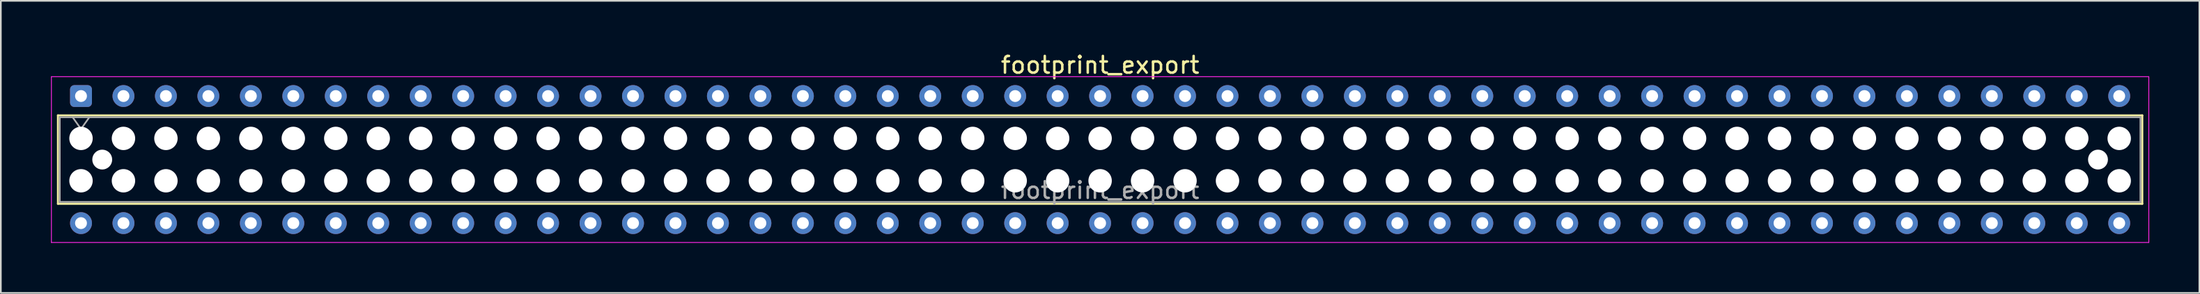
<source format=kicad_pcb>
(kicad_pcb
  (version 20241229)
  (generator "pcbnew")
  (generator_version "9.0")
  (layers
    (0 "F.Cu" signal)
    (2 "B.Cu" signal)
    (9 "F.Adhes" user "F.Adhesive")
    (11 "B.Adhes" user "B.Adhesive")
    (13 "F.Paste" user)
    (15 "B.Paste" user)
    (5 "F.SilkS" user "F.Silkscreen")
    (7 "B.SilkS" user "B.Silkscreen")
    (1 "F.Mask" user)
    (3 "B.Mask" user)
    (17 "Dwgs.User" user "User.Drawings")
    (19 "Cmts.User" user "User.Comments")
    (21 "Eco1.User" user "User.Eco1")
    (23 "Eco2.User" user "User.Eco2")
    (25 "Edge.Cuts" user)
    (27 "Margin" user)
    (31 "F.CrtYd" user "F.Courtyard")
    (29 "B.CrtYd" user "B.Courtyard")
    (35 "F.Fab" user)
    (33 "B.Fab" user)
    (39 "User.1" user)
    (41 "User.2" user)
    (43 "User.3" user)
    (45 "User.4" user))
  (footprint "footprint_export"
    (layer "F.Cu")
    (at 1.795 2.708)
    (property "Reference" "footprint_export" (at 60.96 -1.86 0) (layer "F.SilkS") (effects (font (size 1 1) (thickness 0.15))))
    (attr through_hole)
    (fp_line (start -1.38 1.16) (end 123.3 1.16) (stroke (width 0.12) (type solid)) (layer "F.SilkS"))
    (fp_line (start -1.38 6.46) (end -1.38 1.16) (stroke (width 0.12) (type solid)) (layer "F.SilkS"))
    (fp_line (start 123.3 1.16) (end 123.3 6.46) (stroke (width 0.12) (type solid)) (layer "F.SilkS"))
    (fp_line (start 123.3 6.46) (end -1.38 6.46) (stroke (width 0.12) (type solid)) (layer "F.SilkS"))
    (fp_line (start -1.77 -1.16) (end 123.69 -1.16) (stroke (width 0.05) (type solid)) (layer "F.CrtYd"))
    (fp_line (start -1.77 8.78) (end -1.77 -1.16) (stroke (width 0.05) (type solid)) (layer "F.CrtYd"))
    (fp_line (start 123.69 -1.16) (end 123.69 8.78) (stroke (width 0.05) (type solid)) (layer "F.CrtYd"))
    (fp_line (start 123.69 8.78) (end -1.77 8.78) (stroke (width 0.05) (type solid)) (layer "F.CrtYd"))
    (fp_line (start -1.27 1.27) (end 123.19 1.27) (stroke (width 0.1) (type solid)) (layer "F.Fab"))
    (fp_line (start -1.27 6.35) (end -1.27 1.27) (stroke (width 0.1) (type solid)) (layer "F.Fab"))
    (fp_line (start -0.5 1.27) (end 0 1.977) (stroke (width 0.1) (type solid)) (layer "F.Fab"))
    (fp_line (start 0 1.977) (end 0.5 1.27) (stroke (width 0.1) (type solid)) (layer "F.Fab"))
    (fp_line (start 123.19 1.27) (end 123.19 6.35) (stroke (width 0.1) (type solid)) (layer "F.Fab"))
    (fp_line (start 123.19 6.35) (end -1.27 6.35) (stroke (width 0.1) (type solid)) (layer "F.Fab"))
    (fp_text user "${REFERENCE}" (at 60.96 5.65 0) (layer "F.Fab") (effects (font (size 1 1) (thickness 0.15))))
    (pad "" np_thru_hole circle (at 0 2.54) (size 1.4 1.4) (drill 1.4) (layers "*.Cu" "*.Mask"))
    (pad "" np_thru_hole circle (at 0 5.08) (size 1.4 1.4) (drill 1.4) (layers "*.Cu" "*.Mask"))
    (pad "" np_thru_hole circle (at 1.27 3.81) (size 1.19 1.19) (drill 1.19) (layers "*.Cu" "*.Mask"))
    (pad "" np_thru_hole circle (at 2.54 2.54) (size 1.4 1.4) (drill 1.4) (layers "*.Cu" "*.Mask"))
    (pad "" np_thru_hole circle (at 2.54 5.08) (size 1.4 1.4) (drill 1.4) (layers "*.Cu" "*.Mask"))
    (pad "" np_thru_hole circle (at 5.08 2.54) (size 1.4 1.4) (drill 1.4) (layers "*.Cu" "*.Mask"))
    (pad "" np_thru_hole circle (at 5.08 5.08) (size 1.4 1.4) (drill 1.4) (layers "*.Cu" "*.Mask"))
    (pad "" np_thru_hole circle (at 7.62 2.54) (size 1.4 1.4) (drill 1.4) (layers "*.Cu" "*.Mask"))
    (pad "" np_thru_hole circle (at 7.62 5.08) (size 1.4 1.4) (drill 1.4) (layers "*.Cu" "*.Mask"))
    (pad "" np_thru_hole circle (at 10.16 2.54) (size 1.4 1.4) (drill 1.4) (layers "*.Cu" "*.Mask"))
    (pad "" np_thru_hole circle (at 10.16 5.08) (size 1.4 1.4) (drill 1.4) (layers "*.Cu" "*.Mask"))
    (pad "" np_thru_hole circle (at 12.7 2.54) (size 1.4 1.4) (drill 1.4) (layers "*.Cu" "*.Mask"))
    (pad "" np_thru_hole circle (at 12.7 5.08) (size 1.4 1.4) (drill 1.4) (layers "*.Cu" "*.Mask"))
    (pad "" np_thru_hole circle (at 15.24 2.54) (size 1.4 1.4) (drill 1.4) (layers "*.Cu" "*.Mask"))
    (pad "" np_thru_hole circle (at 15.24 5.08) (size 1.4 1.4) (drill 1.4) (layers "*.Cu" "*.Mask"))
    (pad "" np_thru_hole circle (at 17.78 2.54) (size 1.4 1.4) (drill 1.4) (layers "*.Cu" "*.Mask"))
    (pad "" np_thru_hole circle (at 17.78 5.08) (size 1.4 1.4) (drill 1.4) (layers "*.Cu" "*.Mask"))
    (pad "" np_thru_hole circle (at 20.32 2.54) (size 1.4 1.4) (drill 1.4) (layers "*.Cu" "*.Mask"))
    (pad "" np_thru_hole circle (at 20.32 5.08) (size 1.4 1.4) (drill 1.4) (layers "*.Cu" "*.Mask"))
    (pad "" np_thru_hole circle (at 22.86 2.54) (size 1.4 1.4) (drill 1.4) (layers "*.Cu" "*.Mask"))
    (pad "" np_thru_hole circle (at 22.86 5.08) (size 1.4 1.4) (drill 1.4) (layers "*.Cu" "*.Mask"))
    (pad "" np_thru_hole circle (at 25.4 2.54) (size 1.4 1.4) (drill 1.4) (layers "*.Cu" "*.Mask"))
    (pad "" np_thru_hole circle (at 25.4 5.08) (size 1.4 1.4) (drill 1.4) (layers "*.Cu" "*.Mask"))
    (pad "" np_thru_hole circle (at 27.94 2.54) (size 1.4 1.4) (drill 1.4) (layers "*.Cu" "*.Mask"))
    (pad "" np_thru_hole circle (at 27.94 5.08) (size 1.4 1.4) (drill 1.4) (layers "*.Cu" "*.Mask"))
    (pad "" np_thru_hole circle (at 30.48 2.54) (size 1.4 1.4) (drill 1.4) (layers "*.Cu" "*.Mask"))
    (pad "" np_thru_hole circle (at 30.48 5.08) (size 1.4 1.4) (drill 1.4) (layers "*.Cu" "*.Mask"))
    (pad "" np_thru_hole circle (at 33.02 2.54) (size 1.4 1.4) (drill 1.4) (layers "*.Cu" "*.Mask"))
    (pad "" np_thru_hole circle (at 33.02 5.08) (size 1.4 1.4) (drill 1.4) (layers "*.Cu" "*.Mask"))
    (pad "" np_thru_hole circle (at 35.56 2.54) (size 1.4 1.4) (drill 1.4) (layers "*.Cu" "*.Mask"))
    (pad "" np_thru_hole circle (at 35.56 5.08) (size 1.4 1.4) (drill 1.4) (layers "*.Cu" "*.Mask"))
    (pad "" np_thru_hole circle (at 38.1 2.54) (size 1.4 1.4) (drill 1.4) (layers "*.Cu" "*.Mask"))
    (pad "" np_thru_hole circle (at 38.1 5.08) (size 1.4 1.4) (drill 1.4) (layers "*.Cu" "*.Mask"))
    (pad "" np_thru_hole circle (at 40.64 2.54) (size 1.4 1.4) (drill 1.4) (layers "*.Cu" "*.Mask"))
    (pad "" np_thru_hole circle (at 40.64 5.08) (size 1.4 1.4) (drill 1.4) (layers "*.Cu" "*.Mask"))
    (pad "" np_thru_hole circle (at 43.18 2.54) (size 1.4 1.4) (drill 1.4) (layers "*.Cu" "*.Mask"))
    (pad "" np_thru_hole circle (at 43.18 5.08) (size 1.4 1.4) (drill 1.4) (layers "*.Cu" "*.Mask"))
    (pad "" np_thru_hole circle (at 45.72 2.54) (size 1.4 1.4) (drill 1.4) (layers "*.Cu" "*.Mask"))
    (pad "" np_thru_hole circle (at 45.72 5.08) (size 1.4 1.4) (drill 1.4) (layers "*.Cu" "*.Mask"))
    (pad "" np_thru_hole circle (at 48.26 2.54) (size 1.4 1.4) (drill 1.4) (layers "*.Cu" "*.Mask"))
    (pad "" np_thru_hole circle (at 48.26 5.08) (size 1.4 1.4) (drill 1.4) (layers "*.Cu" "*.Mask"))
    (pad "" np_thru_hole circle (at 50.8 2.54) (size 1.4 1.4) (drill 1.4) (layers "*.Cu" "*.Mask"))
    (pad "" np_thru_hole circle (at 50.8 5.08) (size 1.4 1.4) (drill 1.4) (layers "*.Cu" "*.Mask"))
    (pad "" np_thru_hole circle (at 53.34 2.54) (size 1.4 1.4) (drill 1.4) (layers "*.Cu" "*.Mask"))
    (pad "" np_thru_hole circle (at 53.34 5.08) (size 1.4 1.4) (drill 1.4) (layers "*.Cu" "*.Mask"))
    (pad "" np_thru_hole circle (at 55.88 2.54) (size 1.4 1.4) (drill 1.4) (layers "*.Cu" "*.Mask"))
    (pad "" np_thru_hole circle (at 55.88 5.08) (size 1.4 1.4) (drill 1.4) (layers "*.Cu" "*.Mask"))
    (pad "" np_thru_hole circle (at 58.42 2.54) (size 1.4 1.4) (drill 1.4) (layers "*.Cu" "*.Mask"))
    (pad "" np_thru_hole circle (at 58.42 5.08) (size 1.4 1.4) (drill 1.4) (layers "*.Cu" "*.Mask"))
    (pad "" np_thru_hole circle (at 60.96 2.54) (size 1.4 1.4) (drill 1.4) (layers "*.Cu" "*.Mask"))
    (pad "" np_thru_hole circle (at 60.96 5.08) (size 1.4 1.4) (drill 1.4) (layers "*.Cu" "*.Mask"))
    (pad "" np_thru_hole circle (at 63.5 2.54) (size 1.4 1.4) (drill 1.4) (layers "*.Cu" "*.Mask"))
    (pad "" np_thru_hole circle (at 63.5 5.08) (size 1.4 1.4) (drill 1.4) (layers "*.Cu" "*.Mask"))
    (pad "" np_thru_hole circle (at 66.04 2.54) (size 1.4 1.4) (drill 1.4) (layers "*.Cu" "*.Mask"))
    (pad "" np_thru_hole circle (at 66.04 5.08) (size 1.4 1.4) (drill 1.4) (layers "*.Cu" "*.Mask"))
    (pad "" np_thru_hole circle (at 68.58 2.54) (size 1.4 1.4) (drill 1.4) (layers "*.Cu" "*.Mask"))
    (pad "" np_thru_hole circle (at 68.58 5.08) (size 1.4 1.4) (drill 1.4) (layers "*.Cu" "*.Mask"))
    (pad "" np_thru_hole circle (at 71.12 2.54) (size 1.4 1.4) (drill 1.4) (layers "*.Cu" "*.Mask"))
    (pad "" np_thru_hole circle (at 71.12 5.08) (size 1.4 1.4) (drill 1.4) (layers "*.Cu" "*.Mask"))
    (pad "" np_thru_hole circle (at 73.66 2.54) (size 1.4 1.4) (drill 1.4) (layers "*.Cu" "*.Mask"))
    (pad "" np_thru_hole circle (at 73.66 5.08) (size 1.4 1.4) (drill 1.4) (layers "*.Cu" "*.Mask"))
    (pad "" np_thru_hole circle (at 76.2 2.54) (size 1.4 1.4) (drill 1.4) (layers "*.Cu" "*.Mask"))
    (pad "" np_thru_hole circle (at 76.2 5.08) (size 1.4 1.4) (drill 1.4) (layers "*.Cu" "*.Mask"))
    (pad "" np_thru_hole circle (at 78.74 2.54) (size 1.4 1.4) (drill 1.4) (layers "*.Cu" "*.Mask"))
    (pad "" np_thru_hole circle (at 78.74 5.08) (size 1.4 1.4) (drill 1.4) (layers "*.Cu" "*.Mask"))
    (pad "" np_thru_hole circle (at 81.28 2.54) (size 1.4 1.4) (drill 1.4) (layers "*.Cu" "*.Mask"))
    (pad "" np_thru_hole circle (at 81.28 5.08) (size 1.4 1.4) (drill 1.4) (layers "*.Cu" "*.Mask"))
    (pad "" np_thru_hole circle (at 83.82 2.54) (size 1.4 1.4) (drill 1.4) (layers "*.Cu" "*.Mask"))
    (pad "" np_thru_hole circle (at 83.82 5.08) (size 1.4 1.4) (drill 1.4) (layers "*.Cu" "*.Mask"))
    (pad "" np_thru_hole circle (at 86.36 2.54) (size 1.4 1.4) (drill 1.4) (layers "*.Cu" "*.Mask"))
    (pad "" np_thru_hole circle (at 86.36 5.08) (size 1.4 1.4) (drill 1.4) (layers "*.Cu" "*.Mask"))
    (pad "" np_thru_hole circle (at 88.9 2.54) (size 1.4 1.4) (drill 1.4) (layers "*.Cu" "*.Mask"))
    (pad "" np_thru_hole circle (at 88.9 5.08) (size 1.4 1.4) (drill 1.4) (layers "*.Cu" "*.Mask"))
    (pad "" np_thru_hole circle (at 91.44 2.54) (size 1.4 1.4) (drill 1.4) (layers "*.Cu" "*.Mask"))
    (pad "" np_thru_hole circle (at 91.44 5.08) (size 1.4 1.4) (drill 1.4) (layers "*.Cu" "*.Mask"))
    (pad "" np_thru_hole circle (at 93.98 2.54) (size 1.4 1.4) (drill 1.4) (layers "*.Cu" "*.Mask"))
    (pad "" np_thru_hole circle (at 93.98 5.08) (size 1.4 1.4) (drill 1.4) (layers "*.Cu" "*.Mask"))
    (pad "" np_thru_hole circle (at 96.52 2.54) (size 1.4 1.4) (drill 1.4) (layers "*.Cu" "*.Mask"))
    (pad "" np_thru_hole circle (at 96.52 5.08) (size 1.4 1.4) (drill 1.4) (layers "*.Cu" "*.Mask"))
    (pad "" np_thru_hole circle (at 99.06 2.54) (size 1.4 1.4) (drill 1.4) (layers "*.Cu" "*.Mask"))
    (pad "" np_thru_hole circle (at 99.06 5.08) (size 1.4 1.4) (drill 1.4) (layers "*.Cu" "*.Mask"))
    (pad "" np_thru_hole circle (at 101.6 2.54) (size 1.4 1.4) (drill 1.4) (layers "*.Cu" "*.Mask"))
    (pad "" np_thru_hole circle (at 101.6 5.08) (size 1.4 1.4) (drill 1.4) (layers "*.Cu" "*.Mask"))
    (pad "" np_thru_hole circle (at 104.14 2.54) (size 1.4 1.4) (drill 1.4) (layers "*.Cu" "*.Mask"))
    (pad "" np_thru_hole circle (at 104.14 5.08) (size 1.4 1.4) (drill 1.4) (layers "*.Cu" "*.Mask"))
    (pad "" np_thru_hole circle (at 106.68 2.54) (size 1.4 1.4) (drill 1.4) (layers "*.Cu" "*.Mask"))
    (pad "" np_thru_hole circle (at 106.68 5.08) (size 1.4 1.4) (drill 1.4) (layers "*.Cu" "*.Mask"))
    (pad "" np_thru_hole circle (at 109.22 2.54) (size 1.4 1.4) (drill 1.4) (layers "*.Cu" "*.Mask"))
    (pad "" np_thru_hole circle (at 109.22 5.08) (size 1.4 1.4) (drill 1.4) (layers "*.Cu" "*.Mask"))
    (pad "" np_thru_hole circle (at 111.76 2.54) (size 1.4 1.4) (drill 1.4) (layers "*.Cu" "*.Mask"))
    (pad "" np_thru_hole circle (at 111.76 5.08) (size 1.4 1.4) (drill 1.4) (layers "*.Cu" "*.Mask"))
    (pad "" np_thru_hole circle (at 114.3 2.54) (size 1.4 1.4) (drill 1.4) (layers "*.Cu" "*.Mask"))
    (pad "" np_thru_hole circle (at 114.3 5.08) (size 1.4 1.4) (drill 1.4) (layers "*.Cu" "*.Mask"))
    (pad "" np_thru_hole circle (at 116.84 2.54) (size 1.4 1.4) (drill 1.4) (layers "*.Cu" "*.Mask"))
    (pad "" np_thru_hole circle (at 116.84 5.08) (size 1.4 1.4) (drill 1.4) (layers "*.Cu" "*.Mask"))
    (pad "" np_thru_hole circle (at 119.38 2.54) (size 1.4 1.4) (drill 1.4) (layers "*.Cu" "*.Mask"))
    (pad "" np_thru_hole circle (at 119.38 5.08) (size 1.4 1.4) (drill 1.4) (layers "*.Cu" "*.Mask"))
    (pad "" np_thru_hole circle (at 120.65 3.81) (size 1.19 1.19) (drill 1.19) (layers "*.Cu" "*.Mask"))
    (pad "" np_thru_hole circle (at 121.92 2.54) (size 1.4 1.4) (drill 1.4) (layers "*.Cu" "*.Mask"))
    (pad "" np_thru_hole circle (at 121.92 5.08) (size 1.4 1.4) (drill 1.4) (layers "*.Cu" "*.Mask"))
    (pad "1" thru_hole roundrect (at 0 0) (size 1.31 1.31) (drill 0.71) (layers "*.Cu" "*.Mask") (roundrect_rratio 0.191))
    (pad "2" thru_hole circle (at 0 7.62) (size 1.31 1.31) (drill 0.71) (layers "*.Cu" "*.Mask"))
    (pad "3" thru_hole circle (at 2.54 0) (size 1.31 1.31) (drill 0.71) (layers "*.Cu" "*.Mask"))
    (pad "4" thru_hole circle (at 2.54 7.62) (size 1.31 1.31) (drill 0.71) (layers "*.Cu" "*.Mask"))
    (pad "5" thru_hole circle (at 5.08 0) (size 1.31 1.31) (drill 0.71) (layers "*.Cu" "*.Mask"))
    (pad "6" thru_hole circle (at 5.08 7.62) (size 1.31 1.31) (drill 0.71) (layers "*.Cu" "*.Mask"))
    (pad "7" thru_hole circle (at 7.62 0) (size 1.31 1.31) (drill 0.71) (layers "*.Cu" "*.Mask"))
    (pad "8" thru_hole circle (at 7.62 7.62) (size 1.31 1.31) (drill 0.71) (layers "*.Cu" "*.Mask"))
    (pad "9" thru_hole circle (at 10.16 0) (size 1.31 1.31) (drill 0.71) (layers "*.Cu" "*.Mask"))
    (pad "10" thru_hole circle (at 10.16 7.62) (size 1.31 1.31) (drill 0.71) (layers "*.Cu" "*.Mask"))
    (pad "11" thru_hole circle (at 12.7 0) (size 1.31 1.31) (drill 0.71) (layers "*.Cu" "*.Mask"))
    (pad "12" thru_hole circle (at 12.7 7.62) (size 1.31 1.31) (drill 0.71) (layers "*.Cu" "*.Mask"))
    (pad "13" thru_hole circle (at 15.24 0) (size 1.31 1.31) (drill 0.71) (layers "*.Cu" "*.Mask"))
    (pad "14" thru_hole circle (at 15.24 7.62) (size 1.31 1.31) (drill 0.71) (layers "*.Cu" "*.Mask"))
    (pad "15" thru_hole circle (at 17.78 0) (size 1.31 1.31) (drill 0.71) (layers "*.Cu" "*.Mask"))
    (pad "16" thru_hole circle (at 17.78 7.62) (size 1.31 1.31) (drill 0.71) (layers "*.Cu" "*.Mask"))
    (pad "17" thru_hole circle (at 20.32 0) (size 1.31 1.31) (drill 0.71) (layers "*.Cu" "*.Mask"))
    (pad "18" thru_hole circle (at 20.32 7.62) (size 1.31 1.31) (drill 0.71) (layers "*.Cu" "*.Mask"))
    (pad "19" thru_hole circle (at 22.86 0) (size 1.31 1.31) (drill 0.71) (layers "*.Cu" "*.Mask"))
    (pad "20" thru_hole circle (at 22.86 7.62) (size 1.31 1.31) (drill 0.71) (layers "*.Cu" "*.Mask"))
    (pad "21" thru_hole circle (at 25.4 0) (size 1.31 1.31) (drill 0.71) (layers "*.Cu" "*.Mask"))
    (pad "22" thru_hole circle (at 25.4 7.62) (size 1.31 1.31) (drill 0.71) (layers "*.Cu" "*.Mask"))
    (pad "23" thru_hole circle (at 27.94 0) (size 1.31 1.31) (drill 0.71) (layers "*.Cu" "*.Mask"))
    (pad "24" thru_hole circle (at 27.94 7.62) (size 1.31 1.31) (drill 0.71) (layers "*.Cu" "*.Mask"))
    (pad "25" thru_hole circle (at 30.48 0) (size 1.31 1.31) (drill 0.71) (layers "*.Cu" "*.Mask"))
    (pad "26" thru_hole circle (at 30.48 7.62) (size 1.31 1.31) (drill 0.71) (layers "*.Cu" "*.Mask"))
    (pad "27" thru_hole circle (at 33.02 0) (size 1.31 1.31) (drill 0.71) (layers "*.Cu" "*.Mask"))
    (pad "28" thru_hole circle (at 33.02 7.62) (size 1.31 1.31) (drill 0.71) (layers "*.Cu" "*.Mask"))
    (pad "29" thru_hole circle (at 35.56 0) (size 1.31 1.31) (drill 0.71) (layers "*.Cu" "*.Mask"))
    (pad "30" thru_hole circle (at 35.56 7.62) (size 1.31 1.31) (drill 0.71) (layers "*.Cu" "*.Mask"))
    (pad "31" thru_hole circle (at 38.1 0) (size 1.31 1.31) (drill 0.71) (layers "*.Cu" "*.Mask"))
    (pad "32" thru_hole circle (at 38.1 7.62) (size 1.31 1.31) (drill 0.71) (layers "*.Cu" "*.Mask"))
    (pad "33" thru_hole circle (at 40.64 0) (size 1.31 1.31) (drill 0.71) (layers "*.Cu" "*.Mask"))
    (pad "34" thru_hole circle (at 40.64 7.62) (size 1.31 1.31) (drill 0.71) (layers "*.Cu" "*.Mask"))
    (pad "35" thru_hole circle (at 43.18 0) (size 1.31 1.31) (drill 0.71) (layers "*.Cu" "*.Mask"))
    (pad "36" thru_hole circle (at 43.18 7.62) (size 1.31 1.31) (drill 0.71) (layers "*.Cu" "*.Mask"))
    (pad "37" thru_hole circle (at 45.72 0) (size 1.31 1.31) (drill 0.71) (layers "*.Cu" "*.Mask"))
    (pad "38" thru_hole circle (at 45.72 7.62) (size 1.31 1.31) (drill 0.71) (layers "*.Cu" "*.Mask"))
    (pad "39" thru_hole circle (at 48.26 0) (size 1.31 1.31) (drill 0.71) (layers "*.Cu" "*.Mask"))
    (pad "40" thru_hole circle (at 48.26 7.62) (size 1.31 1.31) (drill 0.71) (layers "*.Cu" "*.Mask"))
    (pad "41" thru_hole circle (at 50.8 0) (size 1.31 1.31) (drill 0.71) (layers "*.Cu" "*.Mask"))
    (pad "42" thru_hole circle (at 50.8 7.62) (size 1.31 1.31) (drill 0.71) (layers "*.Cu" "*.Mask"))
    (pad "43" thru_hole circle (at 53.34 0) (size 1.31 1.31) (drill 0.71) (layers "*.Cu" "*.Mask"))
    (pad "44" thru_hole circle (at 53.34 7.62) (size 1.31 1.31) (drill 0.71) (layers "*.Cu" "*.Mask"))
    (pad "45" thru_hole circle (at 55.88 0) (size 1.31 1.31) (drill 0.71) (layers "*.Cu" "*.Mask"))
    (pad "46" thru_hole circle (at 55.88 7.62) (size 1.31 1.31) (drill 0.71) (layers "*.Cu" "*.Mask"))
    (pad "47" thru_hole circle (at 58.42 0) (size 1.31 1.31) (drill 0.71) (layers "*.Cu" "*.Mask"))
    (pad "48" thru_hole circle (at 58.42 7.62) (size 1.31 1.31) (drill 0.71) (layers "*.Cu" "*.Mask"))
    (pad "49" thru_hole circle (at 60.96 0) (size 1.31 1.31) (drill 0.71) (layers "*.Cu" "*.Mask"))
    (pad "50" thru_hole circle (at 60.96 7.62) (size 1.31 1.31) (drill 0.71) (layers "*.Cu" "*.Mask"))
    (pad "51" thru_hole circle (at 63.5 0) (size 1.31 1.31) (drill 0.71) (layers "*.Cu" "*.Mask"))
    (pad "52" thru_hole circle (at 63.5 7.62) (size 1.31 1.31) (drill 0.71) (layers "*.Cu" "*.Mask"))
    (pad "53" thru_hole circle (at 66.04 0) (size 1.31 1.31) (drill 0.71) (layers "*.Cu" "*.Mask"))
    (pad "54" thru_hole circle (at 66.04 7.62) (size 1.31 1.31) (drill 0.71) (layers "*.Cu" "*.Mask"))
    (pad "55" thru_hole circle (at 68.58 0) (size 1.31 1.31) (drill 0.71) (layers "*.Cu" "*.Mask"))
    (pad "56" thru_hole circle (at 68.58 7.62) (size 1.31 1.31) (drill 0.71) (layers "*.Cu" "*.Mask"))
    (pad "57" thru_hole circle (at 71.12 0) (size 1.31 1.31) (drill 0.71) (layers "*.Cu" "*.Mask"))
    (pad "58" thru_hole circle (at 71.12 7.62) (size 1.31 1.31) (drill 0.71) (layers "*.Cu" "*.Mask"))
    (pad "59" thru_hole circle (at 73.66 0) (size 1.31 1.31) (drill 0.71) (layers "*.Cu" "*.Mask"))
    (pad "60" thru_hole circle (at 73.66 7.62) (size 1.31 1.31) (drill 0.71) (layers "*.Cu" "*.Mask"))
    (pad "61" thru_hole circle (at 76.2 0) (size 1.31 1.31) (drill 0.71) (layers "*.Cu" "*.Mask"))
    (pad "62" thru_hole circle (at 76.2 7.62) (size 1.31 1.31) (drill 0.71) (layers "*.Cu" "*.Mask"))
    (pad "63" thru_hole circle (at 78.74 0) (size 1.31 1.31) (drill 0.71) (layers "*.Cu" "*.Mask"))
    (pad "64" thru_hole circle (at 78.74 7.62) (size 1.31 1.31) (drill 0.71) (layers "*.Cu" "*.Mask"))
    (pad "65" thru_hole circle (at 81.28 0) (size 1.31 1.31) (drill 0.71) (layers "*.Cu" "*.Mask"))
    (pad "66" thru_hole circle (at 81.28 7.62) (size 1.31 1.31) (drill 0.71) (layers "*.Cu" "*.Mask"))
    (pad "67" thru_hole circle (at 83.82 0) (size 1.31 1.31) (drill 0.71) (layers "*.Cu" "*.Mask"))
    (pad "68" thru_hole circle (at 83.82 7.62) (size 1.31 1.31) (drill 0.71) (layers "*.Cu" "*.Mask"))
    (pad "69" thru_hole circle (at 86.36 0) (size 1.31 1.31) (drill 0.71) (layers "*.Cu" "*.Mask"))
    (pad "70" thru_hole circle (at 86.36 7.62) (size 1.31 1.31) (drill 0.71) (layers "*.Cu" "*.Mask"))
    (pad "71" thru_hole circle (at 88.9 0) (size 1.31 1.31) (drill 0.71) (layers "*.Cu" "*.Mask"))
    (pad "72" thru_hole circle (at 88.9 7.62) (size 1.31 1.31) (drill 0.71) (layers "*.Cu" "*.Mask"))
    (pad "73" thru_hole circle (at 91.44 0) (size 1.31 1.31) (drill 0.71) (layers "*.Cu" "*.Mask"))
    (pad "74" thru_hole circle (at 91.44 7.62) (size 1.31 1.31) (drill 0.71) (layers "*.Cu" "*.Mask"))
    (pad "75" thru_hole circle (at 93.98 0) (size 1.31 1.31) (drill 0.71) (layers "*.Cu" "*.Mask"))
    (pad "76" thru_hole circle (at 93.98 7.62) (size 1.31 1.31) (drill 0.71) (layers "*.Cu" "*.Mask"))
    (pad "77" thru_hole circle (at 96.52 0) (size 1.31 1.31) (drill 0.71) (layers "*.Cu" "*.Mask"))
    (pad "78" thru_hole circle (at 96.52 7.62) (size 1.31 1.31) (drill 0.71) (layers "*.Cu" "*.Mask"))
    (pad "79" thru_hole circle (at 99.06 0) (size 1.31 1.31) (drill 0.71) (layers "*.Cu" "*.Mask"))
    (pad "80" thru_hole circle (at 99.06 7.62) (size 1.31 1.31) (drill 0.71) (layers "*.Cu" "*.Mask"))
    (pad "81" thru_hole circle (at 101.6 0) (size 1.31 1.31) (drill 0.71) (layers "*.Cu" "*.Mask"))
    (pad "82" thru_hole circle (at 101.6 7.62) (size 1.31 1.31) (drill 0.71) (layers "*.Cu" "*.Mask"))
    (pad "83" thru_hole circle (at 104.14 0) (size 1.31 1.31) (drill 0.71) (layers "*.Cu" "*.Mask"))
    (pad "84" thru_hole circle (at 104.14 7.62) (size 1.31 1.31) (drill 0.71) (layers "*.Cu" "*.Mask"))
    (pad "85" thru_hole circle (at 106.68 0) (size 1.31 1.31) (drill 0.71) (layers "*.Cu" "*.Mask"))
    (pad "86" thru_hole circle (at 106.68 7.62) (size 1.31 1.31) (drill 0.71) (layers "*.Cu" "*.Mask"))
    (pad "87" thru_hole circle (at 109.22 0) (size 1.31 1.31) (drill 0.71) (layers "*.Cu" "*.Mask"))
    (pad "88" thru_hole circle (at 109.22 7.62) (size 1.31 1.31) (drill 0.71) (layers "*.Cu" "*.Mask"))
    (pad "89" thru_hole circle (at 111.76 0) (size 1.31 1.31) (drill 0.71) (layers "*.Cu" "*.Mask"))
    (pad "90" thru_hole circle (at 111.76 7.62) (size 1.31 1.31) (drill 0.71) (layers "*.Cu" "*.Mask"))
    (pad "91" thru_hole circle (at 114.3 0) (size 1.31 1.31) (drill 0.71) (layers "*.Cu" "*.Mask"))
    (pad "92" thru_hole circle (at 114.3 7.62) (size 1.31 1.31) (drill 0.71) (layers "*.Cu" "*.Mask"))
    (pad "93" thru_hole circle (at 116.84 0) (size 1.31 1.31) (drill 0.71) (layers "*.Cu" "*.Mask"))
    (pad "94" thru_hole circle (at 116.84 7.62) (size 1.31 1.31) (drill 0.71) (layers "*.Cu" "*.Mask"))
    (pad "95" thru_hole circle (at 119.38 0) (size 1.31 1.31) (drill 0.71) (layers "*.Cu" "*.Mask"))
    (pad "96" thru_hole circle (at 119.38 7.62) (size 1.31 1.31) (drill 0.71) (layers "*.Cu" "*.Mask"))
    (pad "97" thru_hole circle (at 121.92 0) (size 1.31 1.31) (drill 0.71) (layers "*.Cu" "*.Mask"))
    (pad "98" thru_hole circle (at 121.92 7.62) (size 1.31 1.31) (drill 0.71) (layers "*.Cu" "*.Mask")))
  (gr_rect
    (start -3 -3)
    (end 128.51 14.513)
    (stroke (width 0.1) (type default))
    (fill no)
    (layer "Edge.Cuts")))
</source>
